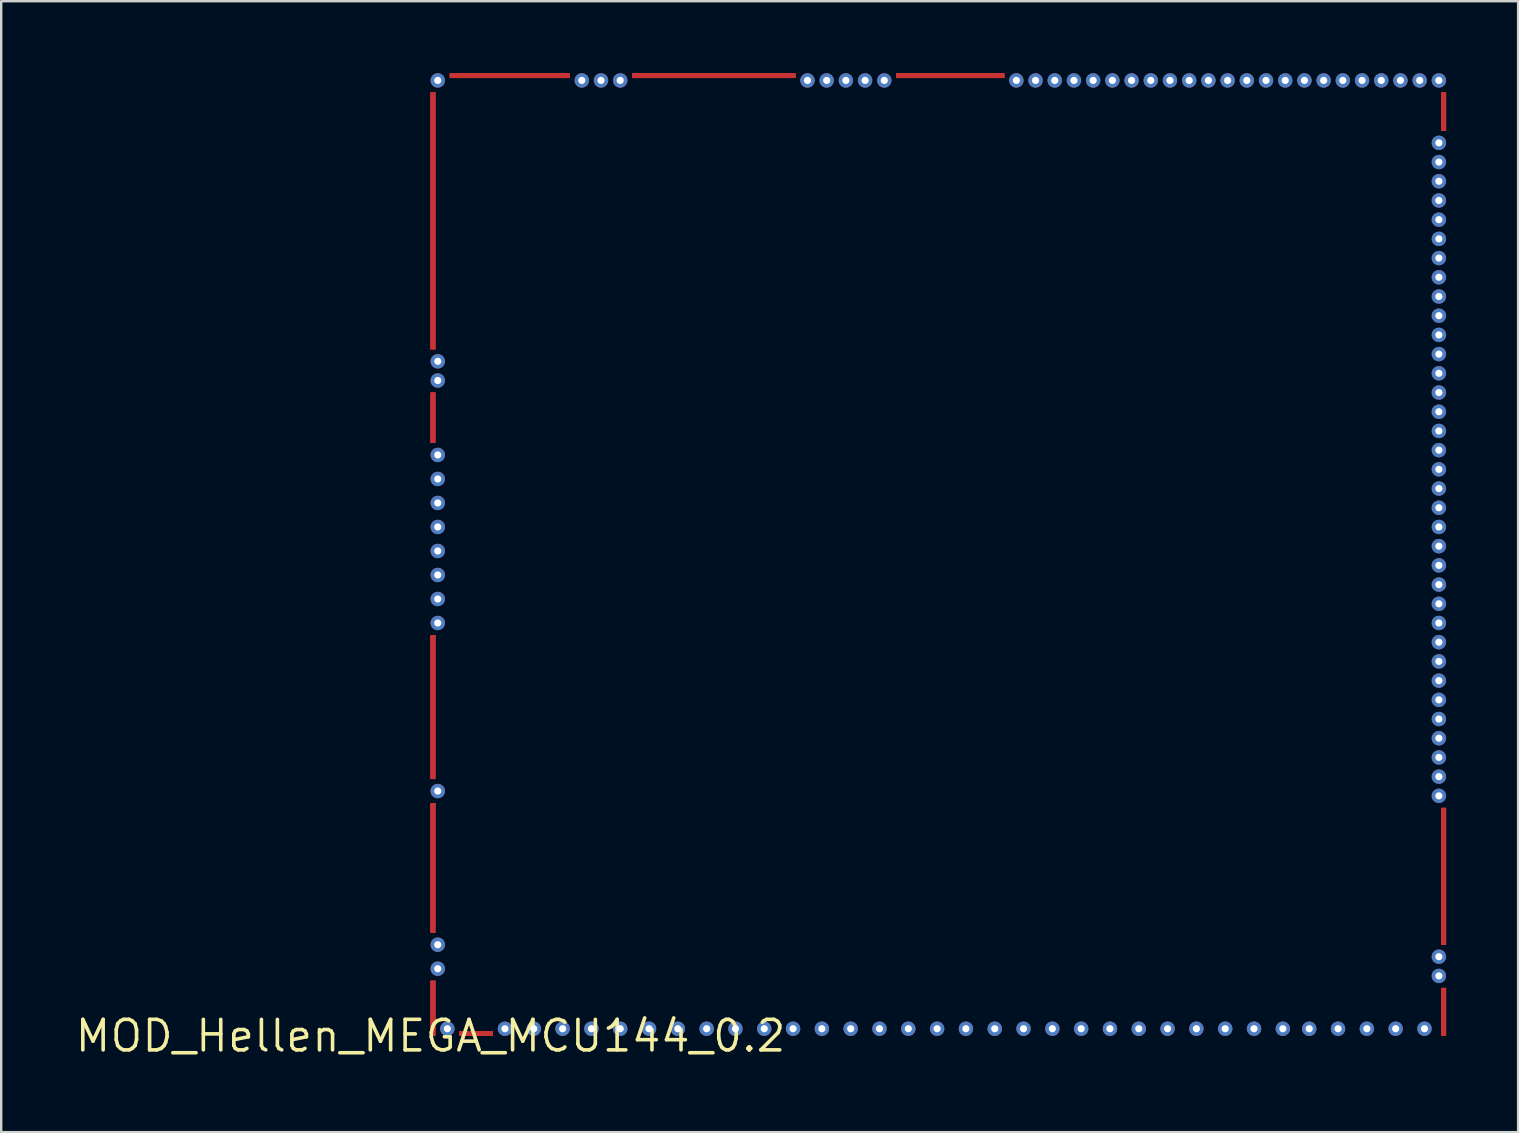
<source format=kicad_pcb>
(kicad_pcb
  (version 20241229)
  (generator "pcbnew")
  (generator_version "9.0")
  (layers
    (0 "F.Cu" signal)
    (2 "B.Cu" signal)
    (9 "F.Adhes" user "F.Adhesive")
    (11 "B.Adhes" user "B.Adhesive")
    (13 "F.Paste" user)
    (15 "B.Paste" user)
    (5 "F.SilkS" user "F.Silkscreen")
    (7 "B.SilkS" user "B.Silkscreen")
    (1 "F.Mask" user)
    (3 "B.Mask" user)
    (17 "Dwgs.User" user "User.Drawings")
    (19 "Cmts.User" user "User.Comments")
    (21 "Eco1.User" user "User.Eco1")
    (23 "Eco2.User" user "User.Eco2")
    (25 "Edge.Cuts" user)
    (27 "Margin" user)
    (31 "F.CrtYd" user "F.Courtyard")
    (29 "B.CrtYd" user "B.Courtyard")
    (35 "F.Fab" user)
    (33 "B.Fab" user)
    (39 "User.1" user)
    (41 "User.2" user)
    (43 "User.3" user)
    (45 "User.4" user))
  (footprint "MOD_Hellen_MEGA_MCU144_0.2"
    (layer "F.Cu")
    (at 14.884 40.1)
    (property "Reference" "MOD_Hellen_MEGA_MCU144_0.2" (at 0 0 0) (layer "F.SilkS") (effects (font (size 1.27 1.27) (thickness 0.15))))
    (attr through_hole)
    (pad "1" thru_hole oval (at 42 -37.2) (size 0.6 0.6) (drill 0.3) (layers "F.Cu" "F.Mask"))
    (pad "2" thru_hole oval (at 42 -36.4) (size 0.6 0.6) (drill 0.3) (layers "F.Cu" "F.Mask"))
    (pad "3" thru_hole oval (at 42 -35.6) (size 0.6 0.6) (drill 0.3) (layers "F.Cu" "F.Mask"))
    (pad "4" thru_hole oval (at 42 -34.8) (size 0.6 0.6) (drill 0.3) (layers "F.Cu" "F.Mask"))
    (pad "5" thru_hole oval (at 42 -34 270) (size 0.6 0.6) (drill 0.3) (layers "F.Cu" "F.Mask"))
    (pad "6" thru_hole oval (at 42 -33.2 270) (size 0.6 0.6) (drill 0.3) (layers "F.Cu" "F.Mask"))
    (pad "7" thru_hole oval (at 42 -32.4 270) (size 0.6 0.6) (drill 0.3) (layers "F.Cu" "F.Mask"))
    (pad "8" thru_hole oval (at 42 -31.6 270) (size 0.6 0.6) (drill 0.3) (layers "F.Cu" "F.Mask"))
    (pad "9" thru_hole oval (at 42 -30.8 270) (size 0.6 0.6) (drill 0.3) (layers "F.Cu" "F.Mask"))
    (pad "10" thru_hole oval (at 42 -30 270) (size 0.6 0.6) (drill 0.3) (layers "F.Cu" "F.Mask"))
    (pad "11" thru_hole oval (at 42 -29.2 270) (size 0.6 0.6) (drill 0.3) (layers "F.Cu" "F.Mask"))
    (pad "12" thru_hole oval (at 42 -28.4 270) (size 0.6 0.6) (drill 0.3) (layers "F.Cu" "F.Mask"))
    (pad "13" thru_hole oval (at 42 -27.6 270) (size 0.6 0.6) (drill 0.3) (layers "F.Cu" "F.Mask"))
    (pad "14" thru_hole oval (at 42 -26.8 270) (size 0.6 0.6) (drill 0.3) (layers "F.Cu" "F.Mask"))
    (pad "15" thru_hole oval (at 42 -26 270) (size 0.6 0.6) (drill 0.3) (layers "F.Cu" "F.Mask"))
    (pad "16" thru_hole oval (at 42 -25.2 270) (size 0.6 0.6) (drill 0.3) (layers "F.Cu" "F.Mask"))
    (pad "17" thru_hole oval (at 42 -24.4 270) (size 0.6 0.6) (drill 0.3) (layers "F.Cu" "F.Mask"))
    (pad "18" thru_hole oval (at 42 -23.6 270) (size 0.6 0.6) (drill 0.3) (layers "F.Cu" "F.Mask"))
    (pad "19" thru_hole oval (at 42 -22.8 270) (size 0.6 0.6) (drill 0.3) (layers "F.Cu" "F.Mask"))
    (pad "20" thru_hole oval (at 42 -22 270) (size 0.6 0.6) (drill 0.3) (layers "F.Cu" "F.Mask"))
    (pad "21" thru_hole oval (at 42 -21.2 270) (size 0.6 0.6) (drill 0.3) (layers "F.Cu" "F.Mask"))
    (pad "22" thru_hole oval (at 42 -20.4 270) (size 0.6 0.6) (drill 0.3) (layers "F.Cu" "F.Mask"))
    (pad "23" thru_hole oval (at 42 -19.6 270) (size 0.6 0.6) (drill 0.3) (layers "F.Cu" "F.Mask"))
    (pad "24" thru_hole oval (at 42 -18.8 180) (size 0.6 0.6) (drill 0.3) (layers "F.Cu" "F.Mask"))
    (pad "25" thru_hole oval (at 42 -18 180) (size 0.6 0.6) (drill 0.3) (layers "F.Cu" "F.Mask"))
    (pad "26" thru_hole oval (at 42 -17.2 270) (size 0.6 0.6) (drill 0.3) (layers "F.Cu" "F.Mask"))
    (pad "27" thru_hole oval (at 42 -16.4 270) (size 0.6 0.6) (drill 0.3) (layers "F.Cu" "F.Mask"))
    (pad "28" thru_hole oval (at 42 -15.6 180) (size 0.6 0.6) (drill 0.3) (layers "F.Cu" "F.Mask"))
    (pad "29" thru_hole oval (at 42 -14.8 180) (size 0.6 0.6) (drill 0.3) (layers "F.Cu" "F.Mask"))
    (pad "30" thru_hole oval (at 42 -14 180) (size 0.6 0.6) (drill 0.3) (layers "F.Cu" "F.Mask"))
    (pad "31" thru_hole oval (at 42 -13.2 180) (size 0.6 0.6) (drill 0.3) (layers "F.Cu" "F.Mask"))
    (pad "32" thru_hole oval (at 42 -12.4 180) (size 0.6 0.6) (drill 0.3) (layers "F.Cu" "F.Mask"))
    (pad "33" thru_hole oval (at 42 -11.6 180) (size 0.6 0.6) (drill 0.3) (layers "F.Cu" "F.Mask"))
    (pad "34" thru_hole oval (at 42 -10.8 270) (size 0.6 0.6) (drill 0.3) (layers "F.Cu" "F.Mask"))
    (pad "35" thru_hole oval (at 42 -10 270) (size 0.6 0.6) (drill 0.3) (layers "F.Cu" "F.Mask"))
    (pad "36" thru_hole oval (at 42 -3.3 270) (size 0.6 0.6) (drill 0.3) (layers "F.Cu" "F.Mask"))
    (pad "37" thru_hole oval (at 42 -2.5 270) (size 0.6 0.6) (drill 0.3) (layers "F.Cu" "F.Mask"))
    (pad "38" smd rect (at 0.1 -7) (size 0.2 5.4) (layers "F.Cu" "F.Mask"))
    (pad "39" smd rect (at 0.1 -1.15) (size 0.2 2.3) (layers "F.Cu" "F.Mask"))
    (pad "40" smd rect (at 0.1 -13.7) (size 0.2 6) (layers "F.Cu" "F.Mask"))
    (pad "41" smd rect (at 42.2 -1 180) (size 0.2 2) (layers "F.Cu" "F.Mask"))
    (pad "42" smd rect (at 0.1 -25.75) (size 0.2 2.1) (layers "F.Cu" "F.Mask"))
    (pad "43" smd rect (at 0.1 -33.95) (size 0.2 10.7) (layers "F.Cu" "F.Mask"))
    (pad "44" smd rect (at 3.3 -40 270) (size 0.2 5) (layers "F.Cu" "F.Mask"))
    (pad "45" smd rect (at 11.8 -40 270) (size 0.2 6.8) (layers "F.Cu" "F.Mask"))
    (pad "46" smd rect (at 21.65 -40 270) (size 0.2 4.5) (layers "F.Cu" "F.Mask"))
    (pad "47" smd rect (at 42.2 -6.65 180) (size 0.2 5.7) (layers "F.Cu" "F.Mask"))
    (pad "48" smd rect (at 42.2 -38.5 180) (size 0.2 1.6) (layers "F.Cu" "F.Mask"))
    (pad "49" smd rect (at 1.9 -0.1 90) (size 0.2 1.4) (layers "F.Cu" "F.Mask"))
    (pad "50" smd rect (at 0.1 -7) (size 0.2 5.4) (layers "F.Cu" "F.Mask"))
    (pad "51" smd rect (at 0.1 -1.15) (size 0.2 2.3) (layers "F.Cu" "F.Mask"))
    (pad "52" smd rect (at 0.1 -13.7) (size 0.2 6) (layers "F.Cu" "F.Mask"))
    (pad "53" smd rect (at 42.2 -1 180) (size 0.2 2) (layers "F.Cu" "F.Mask"))
    (pad "54" smd rect (at 0.1 -25.75) (size 0.2 2.1) (layers "F.Cu" "F.Mask"))
    (pad "55" smd rect (at 0.1 -33.95) (size 0.2 10.7) (layers "F.Cu" "F.Mask"))
    (pad "56" smd rect (at 3.3 -40 270) (size 0.2 5) (layers "F.Cu" "F.Mask"))
    (pad "57" smd rect (at 11.8 -40 270) (size 0.2 6.8) (layers "F.Cu" "F.Mask"))
    (pad "58" smd rect (at 21.65 -40 270) (size 0.2 4.5) (layers "F.Cu" "F.Mask"))
    (pad "59" smd rect (at 42.2 -6.65 180) (size 0.2 5.7) (layers "F.Cu" "F.Mask"))
    (pad "60" smd rect (at 42.2 -38.5 180) (size 0.2 1.6) (layers "F.Cu" "F.Mask"))
    (pad "61" smd rect (at 1.9 -0.1 90) (size 0.2 1.4) (layers "F.Cu" "F.Mask"))
    (pad "62" smd rect (at 0.1 -7) (size 0.2 5.4) (layers "F.Cu" "F.Mask"))
    (pad "63" smd rect (at 0.1 -1.15) (size 0.2 2.3) (layers "F.Cu" "F.Mask"))
    (pad "64" smd rect (at 0.1 -13.7) (size 0.2 6) (layers "F.Cu" "F.Mask"))
    (pad "65" smd rect (at 42.2 -1 180) (size 0.2 2) (layers "F.Cu" "F.Mask"))
    (pad "66" smd rect (at 0.1 -25.75) (size 0.2 2.1) (layers "F.Cu" "F.Mask"))
    (pad "67" smd rect (at 0.1 -33.95) (size 0.2 10.7) (layers "F.Cu" "F.Mask"))
    (pad "68" smd rect (at 3.3 -40 270) (size 0.2 5) (layers "F.Cu" "F.Mask"))
    (pad "69" smd rect (at 11.8 -40 270) (size 0.2 6.8) (layers "F.Cu" "F.Mask"))
    (pad "70" smd rect (at 21.65 -40 270) (size 0.2 4.5) (layers "F.Cu" "F.Mask"))
    (pad "71" smd rect (at 42.2 -6.65 180) (size 0.2 5.7) (layers "F.Cu" "F.Mask"))
    (pad "72" smd rect (at 42.2 -38.5 180) (size 0.2 1.6) (layers "F.Cu" "F.Mask"))
    (pad "73" smd rect (at 1.9 -0.1 90) (size 0.2 1.4) (layers "F.Cu" "F.Mask"))
    (pad "74" smd rect (at 0.1 -7) (size 0.2 5.4) (layers "F.Cu" "F.Mask"))
    (pad "75" smd rect (at 0.1 -1.15) (size 0.2 2.3) (layers "F.Cu" "F.Mask"))
    (pad "76" smd rect (at 0.1 -13.7) (size 0.2 6) (layers "F.Cu" "F.Mask"))
    (pad "77" smd rect (at 42.2 -1 180) (size 0.2 2) (layers "F.Cu" "F.Mask"))
    (pad "78" smd rect (at 0.1 -25.75) (size 0.2 2.1) (layers "F.Cu" "F.Mask"))
    (pad "79" smd rect (at 0.1 -33.95) (size 0.2 10.7) (layers "F.Cu" "F.Mask"))
    (pad "80" smd rect (at 3.3 -40 270) (size 0.2 5) (layers "F.Cu" "F.Mask"))
    (pad "81" smd rect (at 11.8 -40 270) (size 0.2 6.8) (layers "F.Cu" "F.Mask"))
    (pad "82" smd rect (at 21.65 -40 270) (size 0.2 4.5) (layers "F.Cu" "F.Mask"))
    (pad "83" smd rect (at 42.2 -6.65 180) (size 0.2 5.7) (layers "F.Cu" "F.Mask"))
    (pad "84" smd rect (at 42.2 -38.5 180) (size 0.2 1.6) (layers "F.Cu" "F.Mask"))
    (pad "85" smd rect (at 1.9 -0.1 90) (size 0.2 1.4) (layers "F.Cu" "F.Mask"))
    (pad "86" thru_hole oval (at 42 -39.8 270) (size 0.6 0.6) (drill 0.3) (layers "F.Cu" "F.Mask"))
    (pad "87" thru_hole oval (at 41.2 -39.8 270) (size 0.6 0.6) (drill 0.3) (layers "F.Cu" "F.Mask"))
    (pad "88" thru_hole oval (at 40.4 -39.8 270) (size 0.6 0.6) (drill 0.3) (layers "F.Cu" "F.Mask"))
    (pad "89" thru_hole oval (at 39.6 -39.8 270) (size 0.6 0.6) (drill 0.3) (layers "F.Cu" "F.Mask"))
    (pad "90" thru_hole oval (at 38.8 -39.8 90) (size 0.6 0.6) (drill 0.3) (layers "F.Cu" "F.Mask"))
    (pad "91" thru_hole oval (at 38 -39.8 270) (size 0.6 0.6) (drill 0.3) (layers "F.Cu" "F.Mask"))
    (pad "92" thru_hole oval (at 37.2 -39.8 270) (size 0.6 0.6) (drill 0.3) (layers "F.Cu" "F.Mask"))
    (pad "93" thru_hole oval (at 36.4 -39.8 270) (size 0.6 0.6) (drill 0.3) (layers "F.Cu" "F.Mask"))
    (pad "94" thru_hole oval (at 35.6 -39.8 90) (size 0.6 0.6) (drill 0.3) (layers "F.Cu" "F.Mask"))
    (pad "95" thru_hole oval (at 34.8 -39.8 90) (size 0.6 0.6) (drill 0.3) (layers "F.Cu" "F.Mask"))
    (pad "96" thru_hole oval (at 34 -39.8 90) (size 0.6 0.6) (drill 0.3) (layers "F.Cu" "F.Mask"))
    (pad "97" thru_hole oval (at 33.2 -39.8 90) (size 0.6 0.6) (drill 0.3) (layers "F.Cu" "F.Mask"))
    (pad "98" thru_hole oval (at 32.4 -39.8 90) (size 0.6 0.6) (drill 0.3) (layers "F.Cu" "F.Mask"))
    (pad "99" thru_hole oval (at 31.6 -39.8 270) (size 0.6 0.6) (drill 0.3) (layers "F.Cu" "F.Mask"))
    (pad "100" thru_hole oval (at 30.8 -39.8 270) (size 0.6 0.6) (drill 0.3) (layers "F.Cu" "F.Mask"))
    (pad "101" thru_hole oval (at 30 -39.8 270) (size 0.6 0.6) (drill 0.3) (layers "F.Cu" "F.Mask"))
    (pad "102" thru_hole oval (at 29.2 -39.8 270) (size 0.6 0.6) (drill 0.3) (layers "F.Cu" "F.Mask"))
    (pad "103" thru_hole oval (at 28.4 -39.8 270) (size 0.6 0.6) (drill 0.3) (layers "F.Cu" "F.Mask"))
    (pad "104" thru_hole oval (at 27.6 -39.8 270) (size 0.6 0.6) (drill 0.3) (layers "F.Cu" "F.Mask"))
    (pad "105" thru_hole oval (at 26.8 -39.8 270) (size 0.6 0.6) (drill 0.3) (layers "F.Cu" "F.Mask"))
    (pad "106" thru_hole oval (at 26 -39.8 270) (size 0.6 0.6) (drill 0.3) (layers "F.Cu" "F.Mask"))
    (pad "107" thru_hole oval (at 25.2 -39.8 270) (size 0.6 0.6) (drill 0.3) (layers "F.Cu" "F.Mask"))
    (pad "108" thru_hole oval (at 24.4 -39.8 270) (size 0.6 0.6) (drill 0.3) (layers "F.Cu" "F.Mask"))
    (pad "109" thru_hole oval (at 18.9 -39.8 270) (size 0.6 0.6) (drill 0.3) (layers "F.Cu" "F.Mask"))
    (pad "110" thru_hole oval (at 18.1 -39.8 270) (size 0.6 0.6) (drill 0.3) (layers "F.Cu" "F.Mask"))
    (pad "111" thru_hole oval (at 17.3 -39.8 270) (size 0.6 0.6) (drill 0.3) (layers "F.Cu" "F.Mask"))
    (pad "112" thru_hole oval (at 16.5 -39.8 270) (size 0.6 0.6) (drill 0.3) (layers "F.Cu" "F.Mask"))
    (pad "113" thru_hole oval (at 15.7 -39.8 270) (size 0.6 0.6) (drill 0.3) (layers "F.Cu" "F.Mask"))
    (pad "114" thru_hole oval (at 7.9 -39.8 270) (size 0.6 0.6) (drill 0.3) (layers "F.Cu" "F.Mask"))
    (pad "115" thru_hole oval (at 7.1 -39.8 270) (size 0.6 0.6) (drill 0.3) (layers "F.Cu" "F.Mask"))
    (pad "116" thru_hole oval (at 6.3 -39.8 270) (size 0.6 0.6) (drill 0.3) (layers "F.Cu" "F.Mask"))
    (pad "117" thru_hole oval (at 0.3 -39.8 270) (size 0.6 0.6) (drill 0.3) (layers "F.Cu" "F.Mask"))
    (pad "118" thru_hole oval (at 41.4 -0.3 270) (size 0.6 0.6) (drill 0.3) (layers "F.Cu" "F.Mask"))
    (pad "119" thru_hole oval (at 40.2 -0.3 270) (size 0.6 0.6) (drill 0.3) (layers "F.Cu" "F.Mask"))
    (pad "120" thru_hole oval (at 39 -0.3 270) (size 0.6 0.6) (drill 0.3) (layers "F.Cu" "F.Mask"))
    (pad "121" thru_hole oval (at 37.8 -0.3 270) (size 0.6 0.6) (drill 0.3) (layers "F.Cu" "F.Mask"))
    (pad "122" thru_hole oval (at 36.6 -0.3 270) (size 0.6 0.6) (drill 0.3) (layers "F.Cu" "F.Mask"))
    (pad "123" thru_hole oval (at 35.5 -0.3 270) (size 0.6 0.6) (drill 0.3) (layers "F.Cu" "F.Mask"))
    (pad "124" thru_hole oval (at 34.3 -0.3 270) (size 0.6 0.6) (drill 0.3) (layers "F.Cu" "F.Mask"))
    (pad "125" thru_hole oval (at 33.1 -0.3 270) (size 0.6 0.6) (drill 0.3) (layers "F.Cu" "F.Mask"))
    (pad "126" thru_hole oval (at 31.9 -0.3 270) (size 0.6 0.6) (drill 0.3) (layers "F.Cu" "F.Mask"))
    (pad "127" thru_hole oval (at 30.7 -0.3 270) (size 0.6 0.6) (drill 0.3) (layers "F.Cu" "F.Mask"))
    (pad "128" thru_hole oval (at 29.5 -0.3 270) (size 0.6 0.6) (drill 0.3) (layers "F.Cu" "F.Mask"))
    (pad "129" thru_hole oval (at 28.3 -0.3 270) (size 0.6 0.6) (drill 0.3) (layers "F.Cu" "F.Mask"))
    (pad "130" thru_hole oval (at 27.1 -0.3 270) (size 0.6 0.6) (drill 0.3) (layers "F.Cu" "F.Mask"))
    (pad "131" thru_hole oval (at 25.9 -0.3 270) (size 0.6 0.6) (drill 0.3) (layers "F.Cu" "F.Mask"))
    (pad "132" thru_hole oval (at 24.7 -0.3 270) (size 0.6 0.6) (drill 0.3) (layers "F.Cu" "F.Mask"))
    (pad "133" thru_hole oval (at 23.5 -0.3 270) (size 0.6 0.6) (drill 0.3) (layers "F.Cu" "F.Mask"))
    (pad "134" thru_hole oval (at 22.3 -0.3 270) (size 0.6 0.6) (drill 0.3) (layers "F.Cu" "F.Mask"))
    (pad "135" thru_hole oval (at 21.1 -0.3 270) (size 0.6 0.6) (drill 0.3) (layers "F.Cu" "F.Mask"))
    (pad "136" thru_hole oval (at 19.9 -0.3 270) (size 0.6 0.6) (drill 0.3) (layers "F.Cu" "F.Mask"))
    (pad "137" thru_hole oval (at 18.7 -0.3 270) (size 0.6 0.6) (drill 0.3) (layers "F.Cu" "F.Mask"))
    (pad "138" thru_hole oval (at 17.5 -0.3 270) (size 0.6 0.6) (drill 0.3) (layers "F.Cu" "F.Mask"))
    (pad "139" thru_hole oval (at 16.3 -0.3 270) (size 0.6 0.6) (drill 0.3) (layers "F.Cu" "F.Mask"))
    (pad "140" thru_hole oval (at 15.1 -0.3 270) (size 0.6 0.6) (drill 0.3) (layers "F.Cu" "F.Mask"))
    (pad "141" thru_hole oval (at 13.9 -0.3 270) (size 0.6 0.6) (drill 0.3) (layers "F.Cu" "F.Mask"))
    (pad "142" thru_hole oval (at 12.7 -0.3 270) (size 0.6 0.6) (drill 0.3) (layers "F.Cu" "F.Mask"))
    (pad "143" thru_hole oval (at 11.5 -0.3 270) (size 0.6 0.6) (drill 0.3) (layers "F.Cu" "F.Mask"))
    (pad "144" thru_hole oval (at 10.3 -0.3 270) (size 0.6 0.6) (drill 0.3) (layers "F.Cu" "F.Mask"))
    (pad "145" thru_hole oval (at 9.1 -0.3 270) (size 0.6 0.6) (drill 0.3) (layers "F.Cu" "F.Mask"))
    (pad "146" thru_hole oval (at 7.9 -0.3 270) (size 0.6 0.6) (drill 0.3) (layers "F.Cu" "F.Mask"))
    (pad "147" thru_hole oval (at 6.7 -0.3 270) (size 0.6 0.6) (drill 0.3) (layers "F.Cu" "F.Mask"))
    (pad "148" thru_hole oval (at 5.5 -0.3 270) (size 0.6 0.6) (drill 0.3) (layers "F.Cu" "F.Mask"))
    (pad "149" thru_hole oval (at 4.3 -0.3 270) (size 0.6 0.6) (drill 0.3) (layers "F.Cu" "F.Mask"))
    (pad "150" thru_hole oval (at 3.1 -0.3 270) (size 0.6 0.6) (drill 0.3) (layers "F.Cu" "F.Mask"))
    (pad "151" thru_hole oval (at 0.7 -0.3 270) (size 0.6 0.6) (drill 0.3) (layers "F.Cu" "F.Mask"))
    (pad "152" thru_hole oval (at 0.3 -2.8 180) (size 0.6 0.6) (drill 0.3) (layers "F.Cu" "F.Mask"))
    (pad "153" thru_hole oval (at 0.3 -3.8 270) (size 0.6 0.6) (drill 0.3) (layers "F.Cu" "F.Mask"))
    (pad "154" thru_hole oval (at 0.3 -10.2 180) (size 0.6 0.6) (drill 0.3) (layers "F.Cu" "F.Mask"))
    (pad "155" thru_hole oval (at 0.3 -17.2 180) (size 0.6 0.6) (drill 0.3) (layers "F.Cu" "F.Mask"))
    (pad "156" thru_hole oval (at 0.3 -18.2 180) (size 0.6 0.6) (drill 0.3) (layers "F.Cu" "F.Mask"))
    (pad "157" thru_hole oval (at 0.3 -19.2 180) (size 0.6 0.6) (drill 0.3) (layers "F.Cu" "F.Mask"))
    (pad "158" thru_hole oval (at 0.3 -20.2 180) (size 0.6 0.6) (drill 0.3) (layers "F.Cu" "F.Mask"))
    (pad "159" thru_hole oval (at 0.3 -21.2 180) (size 0.6 0.6) (drill 0.3) (layers "F.Cu" "F.Mask"))
    (pad "160" thru_hole oval (at 0.3 -22.2 180) (size 0.6 0.6) (drill 0.3) (layers "F.Cu" "F.Mask"))
    (pad "161" thru_hole oval (at 0.3 -23.2 180) (size 0.6 0.6) (drill 0.3) (layers "F.Cu" "F.Mask"))
    (pad "162" thru_hole oval (at 0.3 -24.2 180) (size 0.6 0.6) (drill 0.3) (layers "F.Cu" "F.Mask"))
    (pad "163" thru_hole oval (at 0.3 -27.3 270) (size 0.6 0.6) (drill 0.3) (layers "F.Cu" "F.Mask"))
    (pad "164" thru_hole oval (at 0.3 -28.1 270) (size 0.6 0.6) (drill 0.3) (layers "F.Cu" "F.Mask")))
  (gr_rect
    (start -3 -3)
    (end 60.184 44.106)
    (stroke (width 0.1) (type default))
    (fill no)
    (layer "Edge.Cuts")))
</source>
